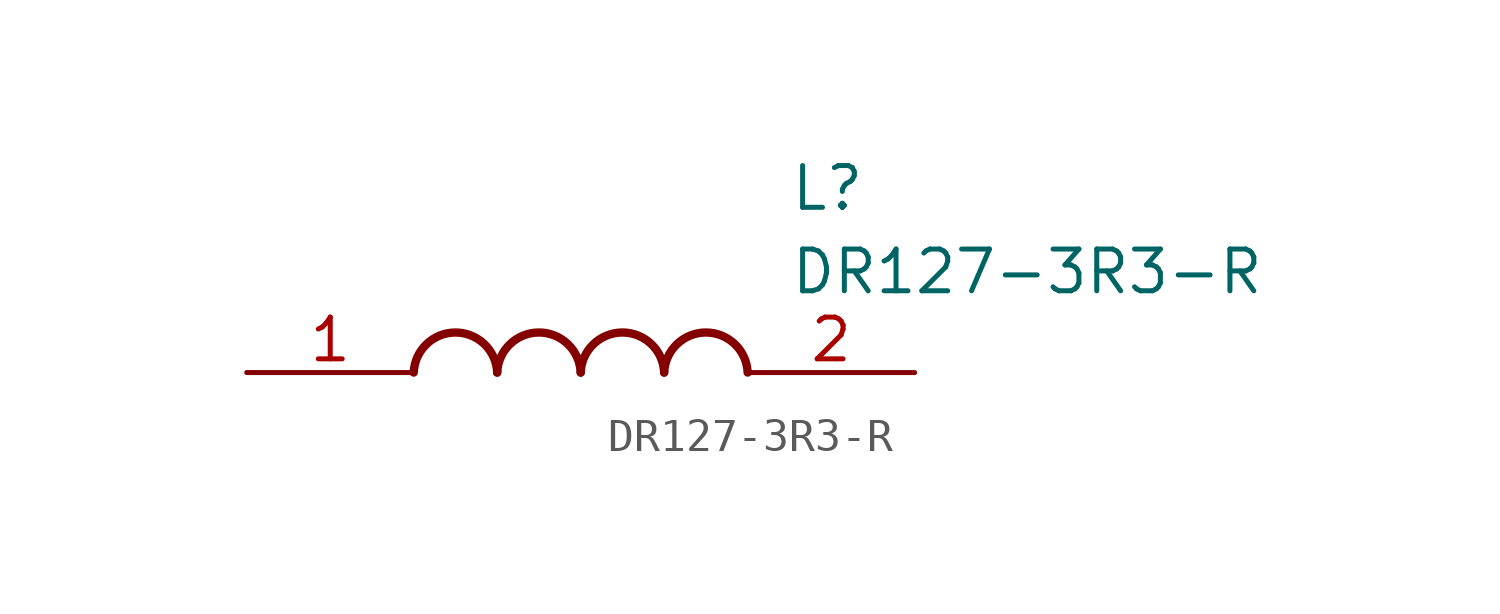
<source format=kicad_sym>
(kicad_symbol_lib
  (version 20211014)
  (generator SamacSys_ECAD_Model)
  (symbol "DR127-3R3-R"
    (pin_names hide)
    (property "Reference" "L"
      (at 16.51 6.35 0)
      (effects (font (size 1.27 1.27)) (justify left top)))
    (property "Value" "DR127-3R3-R"
      (at 16.51 3.81 0)
      (effects (font (size 1.27 1.27)) (justify left top)))
    (arc
      (start 7.62 0)
      (mid 6.35 1.219)
      (end 5.08 0)
      (stroke (width 0.254) (type default))
      (fill (type none)))
    (arc
      (start 10.16 0)
      (mid 8.89 1.219)
      (end 7.62 0)
      (stroke (width 0.254) (type default))
      (fill (type none)))
    (arc
      (start 12.7 0)
      (mid 11.43 1.219)
      (end 10.16 0)
      (stroke (width 0.254) (type default))
      (fill (type none)))
    (arc
      (start 15.24 0)
      (mid 13.97 1.219)
      (end 12.7 0)
      (stroke (width 0.254) (type default))
      (fill (type none)))
    (pin passive line
      (at 0 0 0)
      (length 5.08)
      (name "1" (effects (font (size 1.27 1.27))))
      (number "1" (effects (font (size 1.27 1.27)))))
    (pin passive line
      (at 20.32 0 180)
      (length 5.08)
      (name "2" (effects (font (size 1.27 1.27))))
      (number "2" (effects (font (size 1.27 1.27)))))))
</source>
